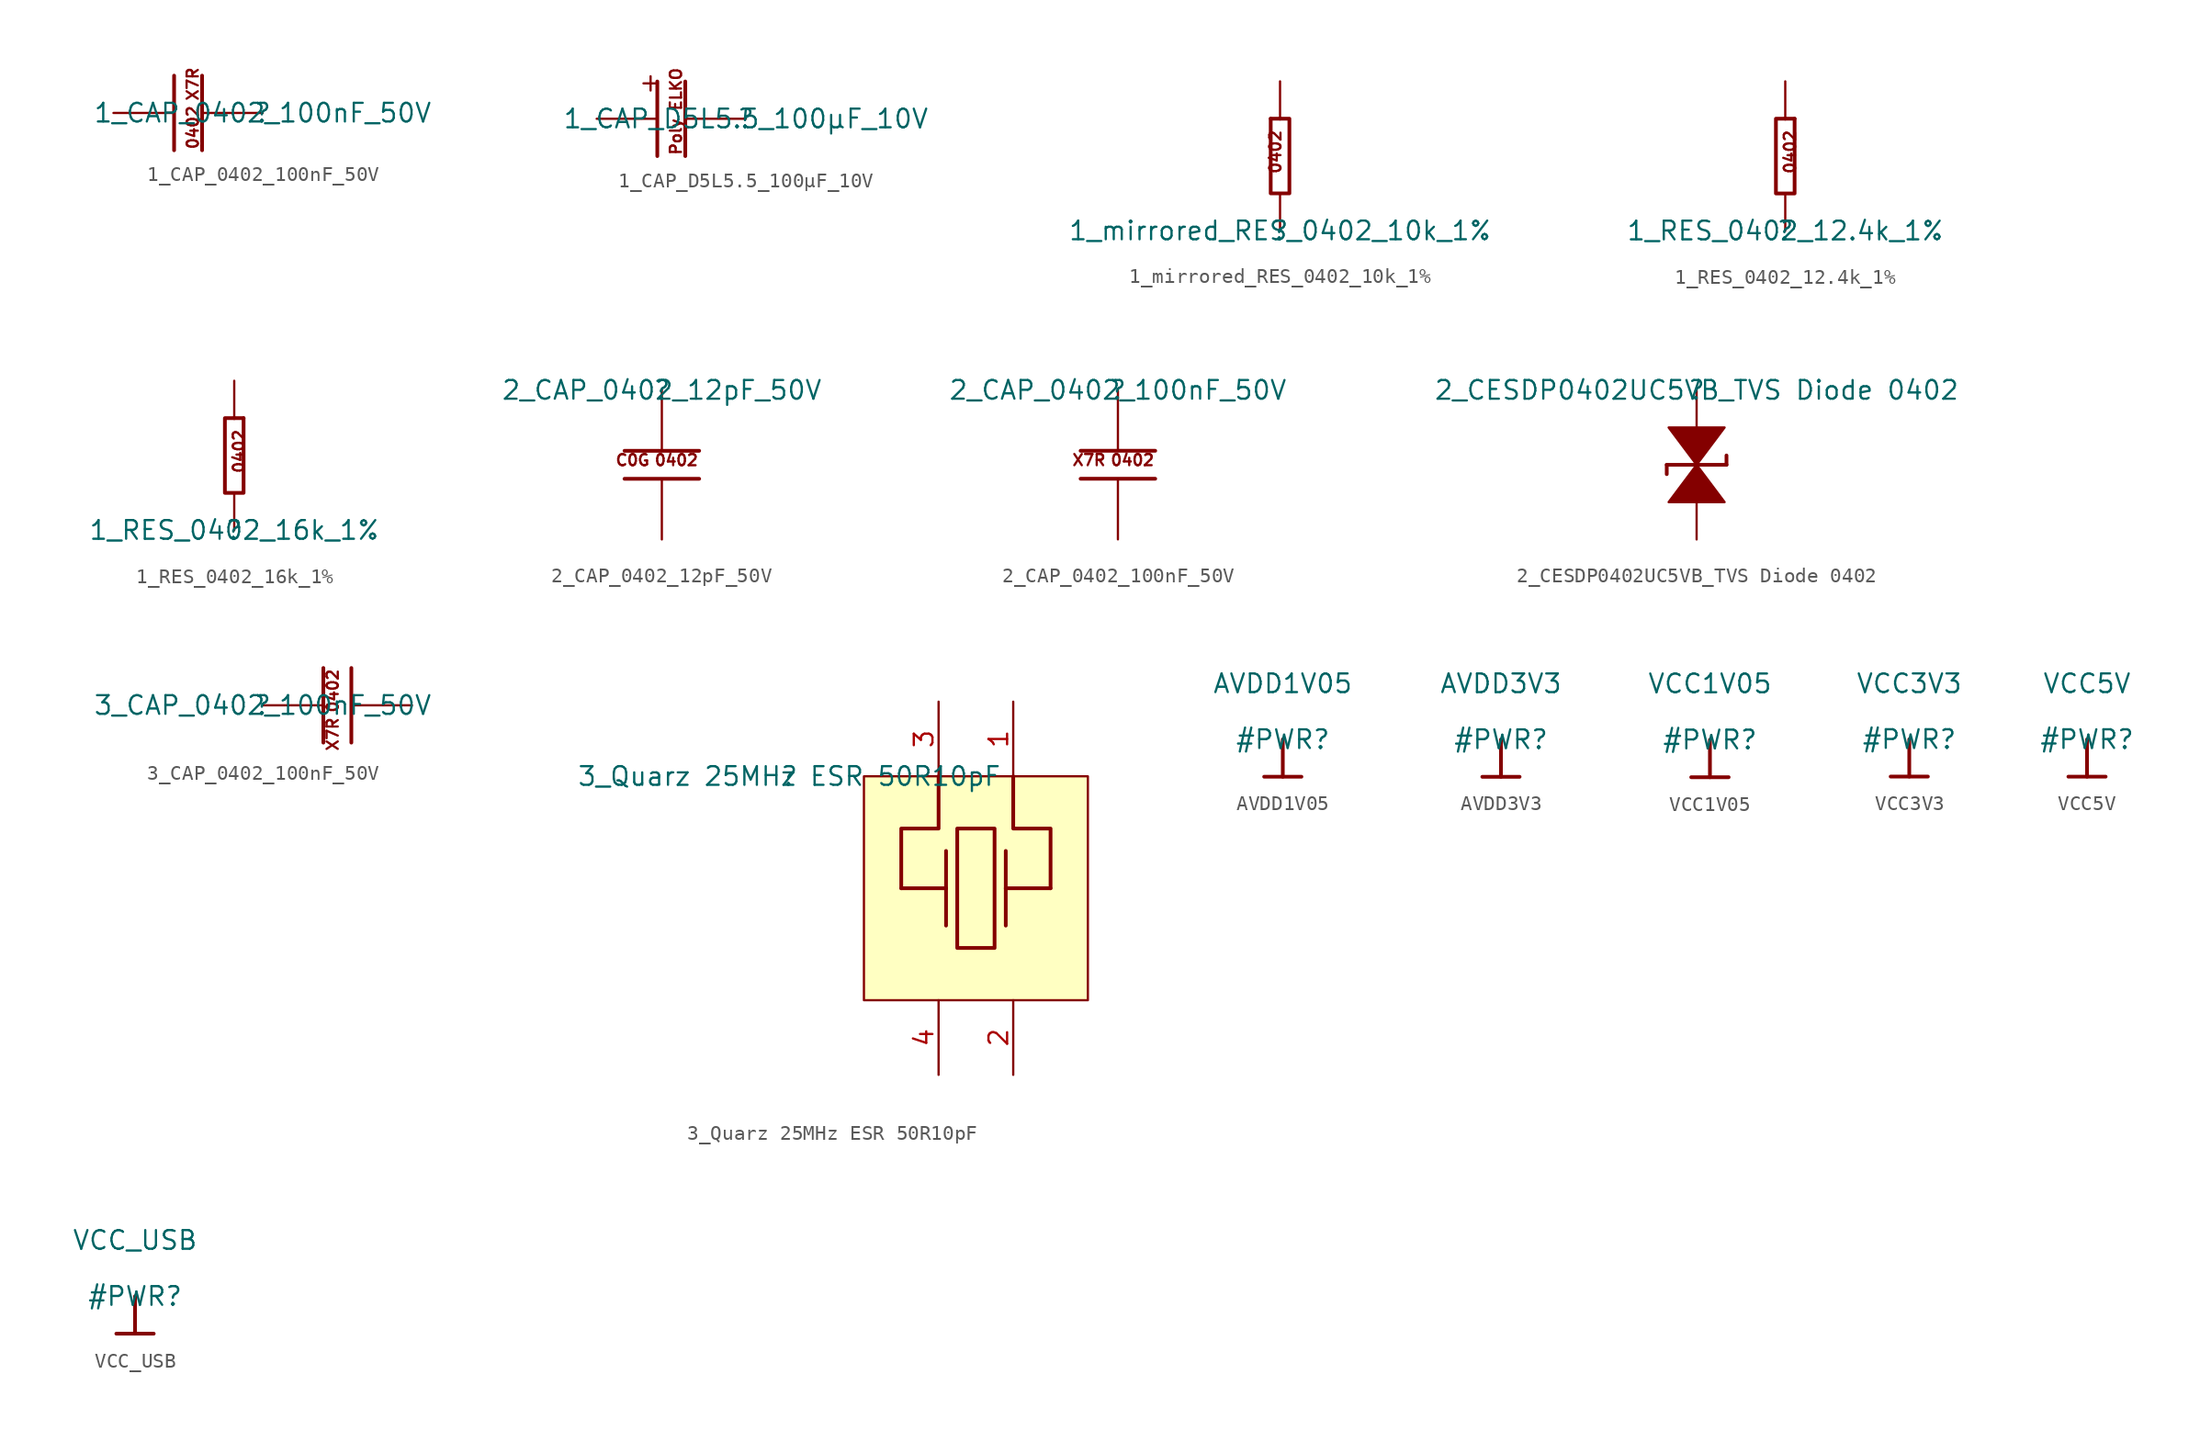
<source format=kicad_sym>
(kicad_symbol_lib
  (version 20211014)
  (generator kicad_symbol_editor)
  (symbol "1_CAP_0402_100nF_50V"
    (property "Reference" ""
      (at 0 0 0)
      (effects (font (size 1.27 1.27))))
    (property "Value" "1_CAP_0402_100nF_50V"
      (at 0 0 0)
      (effects (font (size 1.27 1.27))))
    (symbol "1_CAP_0402_100nF_50V_1_0"
      (polyline (pts (xy -6.032 -2.54) (xy -6.032 2.54)) (stroke (width 0.254) (type default) (color 0 0 0 0)) (fill (type none)))
      (polyline (pts (xy -4.127 -2.54) (xy -4.127 2.54)) (stroke (width 0.254) (type default) (color 0 0 0 0)) (fill (type none)))
      (text "0402" (at -4.318 -2.54 900) (effects (font (size 0.762 0.762)) (justify left bottom)))
      (text "X7R" (at -4.318 0.762 900) (effects (font (size 0.762 0.762)) (justify left bottom)))
      (pin passive line (at -10.16 0 0) (length 4.064) (name "1" (effects (font (size 0 0)))) (number "1" (effects (font (size 0 0)))))
      (pin passive line (at 0 0 180) (length 4.064) (name "2" (effects (font (size 0 0)))) (number "2" (effects (font (size 0 0)))))))
  (symbol "1_CAP_D5L5.5_100µF_10V"
    (property "Reference" ""
      (at 0 0 0)
      (effects (font (size 1.27 1.27))))
    (property "Value" "1_CAP_D5L5.5_100µF_10V"
      (at 0 0 0)
      (effects (font (size 1.27 1.27))))
    (symbol "1_CAP_D5L5.5_100µF_10V_1_0"
      (polyline (pts (xy -6.032 -2.54) (xy -6.032 2.54)) (stroke (width 0.254) (type default) (color 0 0 0 0)) (fill (type none)))
      (polyline (pts (xy -4.127 -2.54) (xy -4.127 2.54)) (stroke (width 0.254) (type default) (color 0 0 0 0)) (fill (type none)))
      (text "+" (at -5.842 1.524 900) (effects (font (size 1.27 1.27)) (justify left bottom)))
      (text "Poly ELKO" (at -4.318 -2.54 900) (effects (font (size 0.762 0.762)) (justify left bottom)))
      (pin passive line (at -10.16 0 0) (length 4.064) (name "1" (effects (font (size 0 0)))) (number "1" (effects (font (size 0 0)))))
      (pin passive line (at 0 0 180) (length 4.064) (name "2" (effects (font (size 0 0)))) (number "2" (effects (font (size 0 0)))))))
  (symbol "1_mirrored_RES_0402_10k_1%"
    (property "Reference" ""
      (at 0 0 0)
      (effects (font (size 1.27 1.27))))
    (property "Value" "1_mirrored_RES_0402_10k_1%"
      (at 0 0 0)
      (effects (font (size 1.27 1.27))))
    (symbol "1_mirrored_RES_0402_10k_1%_1_0"
      (polyline (pts (xy -0.635 7.62) (xy 0 7.62)) (stroke (width 0.254) (type default) (color 0 0 0 0)) (fill (type none)))
      (polyline (pts (xy 0 7.62) (xy 0.635 7.62) (xy 0.635 2.54) (xy -0.635 2.54) (xy -0.635 7.62)) (stroke (width 0.254) (type default) (color 0 0 0 0)) (fill (type none)))
      (text "0402" (at -0.762 3.81 900) (effects (font (size 0.762 0.762)) (justify left top)))
      (pin passive line (at 0 0 90) (length 2.54) (name "1" (effects (font (size 0 0)))) (number "1" (effects (font (size 0 0)))))
      (pin passive line (at 0 10.16 270) (length 2.54) (name "2" (effects (font (size 0 0)))) (number "2" (effects (font (size 0 0)))))))
  (symbol "1_RES_0402_12.4k_1%"
    (property "Reference" ""
      (at 0 0 0)
      (effects (font (size 1.27 1.27))))
    (property "Value" "1_RES_0402_12.4k_1%"
      (at 0 0 0)
      (effects (font (size 1.27 1.27))))
    (symbol "1_RES_0402_12.4k_1%_1_0"
      (polyline (pts (xy 0.635 7.62) (xy 0 7.62)) (stroke (width 0.254) (type default) (color 0 0 0 0)) (fill (type none)))
      (polyline (pts (xy 0 7.62) (xy -0.635 7.62) (xy -0.635 2.54) (xy 0.635 2.54) (xy 0.635 7.62)) (stroke (width 0.254) (type default) (color 0 0 0 0)) (fill (type none)))
      (text "0402" (at 0.762 3.81 900) (effects (font (size 0.762 0.762)) (justify left bottom)))
      (pin passive line (at 0 0 90) (length 2.54) (name "1" (effects (font (size 0 0)))) (number "1" (effects (font (size 0 0)))))
      (pin passive line (at 0 10.16 270) (length 2.54) (name "2" (effects (font (size 0 0)))) (number "2" (effects (font (size 0 0)))))))
  (symbol "1_RES_0402_16k_1%"
    (property "Reference" ""
      (at 0 0 0)
      (effects (font (size 1.27 1.27))))
    (property "Value" "1_RES_0402_16k_1%"
      (at 0 0 0)
      (effects (font (size 1.27 1.27))))
    (symbol "1_RES_0402_16k_1%_1_0"
      (polyline (pts (xy 0.635 7.62) (xy 0 7.62)) (stroke (width 0.254) (type default) (color 0 0 0 0)) (fill (type none)))
      (polyline (pts (xy 0 7.62) (xy -0.635 7.62) (xy -0.635 2.54) (xy 0.635 2.54) (xy 0.635 7.62)) (stroke (width 0.254) (type default) (color 0 0 0 0)) (fill (type none)))
      (text "0402" (at 0.762 3.81 900) (effects (font (size 0.762 0.762)) (justify left bottom)))
      (pin passive line (at 0 0 90) (length 2.54) (name "1" (effects (font (size 0 0)))) (number "1" (effects (font (size 0 0)))))
      (pin passive line (at 0 10.16 270) (length 2.54) (name "2" (effects (font (size 0 0)))) (number "2" (effects (font (size 0 0)))))))
  (symbol "2_CAP_0402_12pF_50V"
    (property "Reference" ""
      (at 0 0 0)
      (effects (font (size 1.27 1.27))))
    (property "Value" "2_CAP_0402_12pF_50V"
      (at 0 0 0)
      (effects (font (size 1.27 1.27))))
    (symbol "2_CAP_0402_12pF_50V_1_0"
      (polyline (pts (xy 2.54 -6.032) (xy -2.54 -6.032)) (stroke (width 0.254) (type default) (color 0 0 0 0)) (fill (type none)))
      (polyline (pts (xy 2.54 -4.127) (xy -2.54 -4.127)) (stroke (width 0.254) (type default) (color 0 0 0 0)) (fill (type none)))
      (text "0402" (at 2.54 -4.318 0) (effects (font (size 0.762 0.762)) (justify right top)))
      (text "C0G" (at -0.762 -4.318 0) (effects (font (size 0.762 0.762)) (justify right top)))
      (pin passive line (at 0 -10.16 90) (length 4.064) (name "1" (effects (font (size 0 0)))) (number "1" (effects (font (size 0 0)))))
      (pin passive line (at 0 0 270) (length 4.064) (name "2" (effects (font (size 0 0)))) (number "2" (effects (font (size 0 0)))))))
  (symbol "2_CAP_0402_100nF_50V"
    (property "Reference" ""
      (at 0 0 0)
      (effects (font (size 1.27 1.27))))
    (property "Value" "2_CAP_0402_100nF_50V"
      (at 0 0 0)
      (effects (font (size 1.27 1.27))))
    (symbol "2_CAP_0402_100nF_50V_1_0"
      (polyline (pts (xy 2.54 -6.032) (xy -2.54 -6.032)) (stroke (width 0.254) (type default) (color 0 0 0 0)) (fill (type none)))
      (polyline (pts (xy 2.54 -4.127) (xy -2.54 -4.127)) (stroke (width 0.254) (type default) (color 0 0 0 0)) (fill (type none)))
      (text "0402" (at 2.54 -4.318 0) (effects (font (size 0.762 0.762)) (justify right top)))
      (text "X7R" (at -0.762 -4.318 0) (effects (font (size 0.762 0.762)) (justify right top)))
      (pin passive line (at 0 -10.16 90) (length 4.064) (name "1" (effects (font (size 0 0)))) (number "1" (effects (font (size 0 0)))))
      (pin passive line (at 0 0 270) (length 4.064) (name "2" (effects (font (size 0 0)))) (number "2" (effects (font (size 0 0)))))))
  (symbol "2_CESDP0402UC5VB_TVS Diode 0402"
    (property "Reference" ""
      (at 0 0 0)
      (effects (font (size 1.27 1.27))))
    (property "Value" "2_CESDP0402UC5VB_TVS Diode 0402"
      (at 0 0 0)
      (effects (font (size 1.27 1.27))))
    (symbol "2_CESDP0402UC5VB_TVS Diode 0402_1_0"
      (polyline (pts (xy -2.032 -5.715) (xy -2.032 -5.08)) (stroke (width 0.254) (type default) (color 0 0 0 0)) (fill (type none)))
      (polyline (pts (xy 2.032 -5.08) (xy -2.032 -5.08)) (stroke (width 0.254) (type default) (color 0 0 0 0)) (fill (type none)))
      (polyline (pts (xy 2.032 -5.08) (xy 2.032 -4.445)) (stroke (width 0.254) (type default) (color 0 0 0 0)) (fill (type none)))
      (polyline (pts (xy -1.905 -2.54) (xy 1.905 -2.54) (xy 0 -5.08) (xy -1.905 -2.54)) (stroke (width 0) (type default) (color 0 0 0 0)) (fill (type outline)))
      (polyline (pts (xy 1.905 -7.62) (xy -1.905 -7.62) (xy 0 -5.08) (xy 1.905 -7.62)) (stroke (width 0) (type default) (color 0 0 0 0)) (fill (type outline)))
      (pin passive line (at 0 -10.16 90) (length 2.54) (name "1" (effects (font (size 0 0)))) (number "1" (effects (font (size 0 0)))))
      (pin passive line (at 0 0 270) (length 2.54) (name "2" (effects (font (size 0 0)))) (number "2" (effects (font (size 0 0)))))))
  (symbol "3_CAP_0402_100nF_50V"
    (property "Reference" ""
      (at 0 0 0)
      (effects (font (size 1.27 1.27))))
    (property "Value" "3_CAP_0402_100nF_50V"
      (at 0 0 0)
      (effects (font (size 1.27 1.27))))
    (symbol "3_CAP_0402_100nF_50V_1_0"
      (polyline (pts (xy 4.128 2.54) (xy 4.128 -2.54)) (stroke (width 0.254) (type default) (color 0 0 0 0)) (fill (type none)))
      (polyline (pts (xy 6.033 2.54) (xy 6.033 -2.54)) (stroke (width 0.254) (type default) (color 0 0 0 0)) (fill (type none)))
      (text "0402" (at 4.318 2.54 900) (effects (font (size 0.762 0.762)) (justify right top)))
      (text "X7R" (at 4.318 -0.762 900) (effects (font (size 0.762 0.762)) (justify right top)))
      (pin passive line (at 10.16 0 180) (length 4.064) (name "1" (effects (font (size 0 0)))) (number "1" (effects (font (size 0 0)))))
      (pin passive line (at 0 0 0) (length 4.064) (name "2" (effects (font (size 0 0)))) (number "2" (effects (font (size 0 0)))))))
  (symbol "3_Quarz 25MHz ESR 50R10pF"
    (property "Reference" ""
      (at 0 0 0)
      (effects (font (size 1.27 1.27))))
    (property "Value" "3_Quarz 25MHz ESR 50R10pF"
      (at 0 0 0)
      (effects (font (size 1.27 1.27))))
    (symbol "3_Quarz 25MHz ESR 50R10pF_1_0"
      (polyline (pts (xy 7.62 -7.62) (xy 10.668 -7.62)) (stroke (width 0.254) (type default) (color 0 0 0 0)) (fill (type none)))
      (polyline (pts (xy 10.668 -10.16) (xy 10.668 -7.62)) (stroke (width 0.254) (type default) (color 0 0 0 0)) (fill (type none)))
      (polyline (pts (xy 10.668 -7.62) (xy 10.668 -5.08)) (stroke (width 0.254) (type default) (color 0 0 0 0)) (fill (type none)))
      (polyline (pts (xy 14.732 -10.16) (xy 14.732 -7.62)) (stroke (width 0.254) (type default) (color 0 0 0 0)) (fill (type none)))
      (polyline (pts (xy 14.732 -7.62) (xy 14.732 -5.08)) (stroke (width 0.254) (type default) (color 0 0 0 0)) (fill (type none)))
      (polyline (pts (xy 17.78 -7.62) (xy 14.732 -7.62)) (stroke (width 0.254) (type default) (color 0 0 0 0)) (fill (type none)))
      (polyline (pts (xy 10.16 0) (xy 10.16 -3.556) (xy 7.62 -3.556) (xy 7.62 -7.62)) (stroke (width 0.254) (type default) (color 0 0 0 0)) (fill (type none)))
      (polyline (pts (xy 15.24 0) (xy 15.24 -3.556) (xy 17.78 -3.556) (xy 17.78 -7.62)) (stroke (width 0.254) (type default) (color 0 0 0 0)) (fill (type none)))
      (polyline (pts (xy 11.43 -3.556) (xy 13.97 -3.556) (xy 13.97 -11.684) (xy 11.43 -11.684) (xy 11.43 -3.556)) (stroke (width 0.254) (type default) (color 0 0 0 0)) (fill (type none)))
      (rectangle (start 20.32 0) (end 5.08 -15.24) (stroke (width 0) (type default) (color 0 0 0 0)) (fill (type background)))
      (pin passive line (at 15.24 5.08 270) (length 5.08) (name "1" (effects (font (size 0 0)))) (number "1" (effects (font (size 1.27 1.27)))))
      (pin passive line (at 15.24 -20.32 90) (length 5.08) (name "2" (effects (font (size 0 0)))) (number "2" (effects (font (size 1.27 1.27)))))
      (pin passive line (at 10.16 5.08 270) (length 5.08) (name "3" (effects (font (size 0 0)))) (number "3" (effects (font (size 1.27 1.27)))))
      (pin passive line (at 10.16 -20.32 90) (length 5.08) (name "4" (effects (font (size 0 0)))) (number "4" (effects (font (size 1.27 1.27)))))))
  (symbol "AVDD1V05"
    (power)
    (property "Reference" "#PWR"
      (at 0 0 0)
      (effects (font (size 1.27 1.27))))
    (property "Value" "AVDD1V05"
      (at 0 3.81 0)
      (effects (font (size 1.27 1.27))))
    (symbol "AVDD1V05_0_0"
      (polyline (pts (xy -1.27 -2.54) (xy 1.27 -2.54)) (stroke (width 0.254) (type default) (color 0 0 0 0)) (fill (type none)))
      (polyline (pts (xy 0 0) (xy 0 -2.54)) (stroke (width 0.254) (type default) (color 0 0 0 0)) (fill (type none)))
      (pin power_in line (at 0 0 0) (length 0) hide (name "AVDD1V05" (effects (font (size 1.27 1.27)))) (number "" (effects (font (size 1.27 1.27)))))))
  (symbol "AVDD3V3"
    (power)
    (property "Reference" "#PWR"
      (at 0 0 0)
      (effects (font (size 1.27 1.27))))
    (property "Value" "AVDD3V3"
      (at 0 3.81 0)
      (effects (font (size 1.27 1.27))))
    (symbol "AVDD3V3_0_0"
      (polyline (pts (xy -1.27 -2.54) (xy 1.27 -2.54)) (stroke (width 0.254) (type default) (color 0 0 0 0)) (fill (type none)))
      (polyline (pts (xy 0 0) (xy 0 -2.54)) (stroke (width 0.254) (type default) (color 0 0 0 0)) (fill (type none)))
      (pin power_in line (at 0 0 0) (length 0) hide (name "AVDD3V3" (effects (font (size 1.27 1.27)))) (number "" (effects (font (size 1.27 1.27)))))))
  (symbol "VCC1V05"
    (power)
    (property "Reference" "#PWR"
      (at 0 0 0)
      (effects (font (size 1.27 1.27))))
    (property "Value" "VCC1V05"
      (at 0 3.81 0)
      (effects (font (size 1.27 1.27))))
    (symbol "VCC1V05_0_0"
      (polyline (pts (xy -1.27 -2.54) (xy 1.27 -2.54)) (stroke (width 0.254) (type default) (color 0 0 0 0)) (fill (type none)))
      (polyline (pts (xy 0 0) (xy 0 -2.54)) (stroke (width 0.254) (type default) (color 0 0 0 0)) (fill (type none)))
      (pin power_in line (at 0 0 0) (length 0) hide (name "VCC1V05" (effects (font (size 1.27 1.27)))) (number "" (effects (font (size 1.27 1.27)))))))
  (symbol "VCC3V3"
    (power)
    (property "Reference" "#PWR"
      (at 0 0 0)
      (effects (font (size 1.27 1.27))))
    (property "Value" "VCC3V3"
      (at 0 3.81 0)
      (effects (font (size 1.27 1.27))))
    (symbol "VCC3V3_0_0"
      (polyline (pts (xy -1.27 -2.54) (xy 1.27 -2.54)) (stroke (width 0.254) (type default) (color 0 0 0 0)) (fill (type none)))
      (polyline (pts (xy 0 0) (xy 0 -2.54)) (stroke (width 0.254) (type default) (color 0 0 0 0)) (fill (type none)))
      (pin power_in line (at 0 0 0) (length 0) hide (name "VCC3V3" (effects (font (size 1.27 1.27)))) (number "" (effects (font (size 1.27 1.27)))))))
  (symbol "VCC5V"
    (power)
    (property "Reference" "#PWR"
      (at 0 0 0)
      (effects (font (size 1.27 1.27))))
    (property "Value" "VCC5V"
      (at 0 3.81 0)
      (effects (font (size 1.27 1.27))))
    (symbol "VCC5V_0_0"
      (polyline (pts (xy -1.27 -2.54) (xy 1.27 -2.54)) (stroke (width 0.254) (type default) (color 0 0 0 0)) (fill (type none)))
      (polyline (pts (xy 0 0) (xy 0 -2.54)) (stroke (width 0.254) (type default) (color 0 0 0 0)) (fill (type none)))
      (pin power_in line (at 0 0 0) (length 0) hide (name "VCC5V" (effects (font (size 1.27 1.27)))) (number "" (effects (font (size 1.27 1.27)))))))
  (symbol "VCC_USB"
    (power)
    (property "Reference" "#PWR"
      (at 0 0 0)
      (effects (font (size 1.27 1.27))))
    (property "Value" "VCC_USB"
      (at 0 3.81 0)
      (effects (font (size 1.27 1.27))))
    (symbol "VCC_USB_0_0"
      (polyline (pts (xy -1.27 -2.54) (xy 1.27 -2.54)) (stroke (width 0.254) (type default) (color 0 0 0 0)) (fill (type none)))
      (polyline (pts (xy 0 0) (xy 0 -2.54)) (stroke (width 0.254) (type default) (color 0 0 0 0)) (fill (type none)))
      (pin power_in line (at 0 0 0) (length 0) hide (name "VCC_USB" (effects (font (size 1.27 1.27)))) (number "" (effects (font (size 1.27 1.27))))))))
</source>
